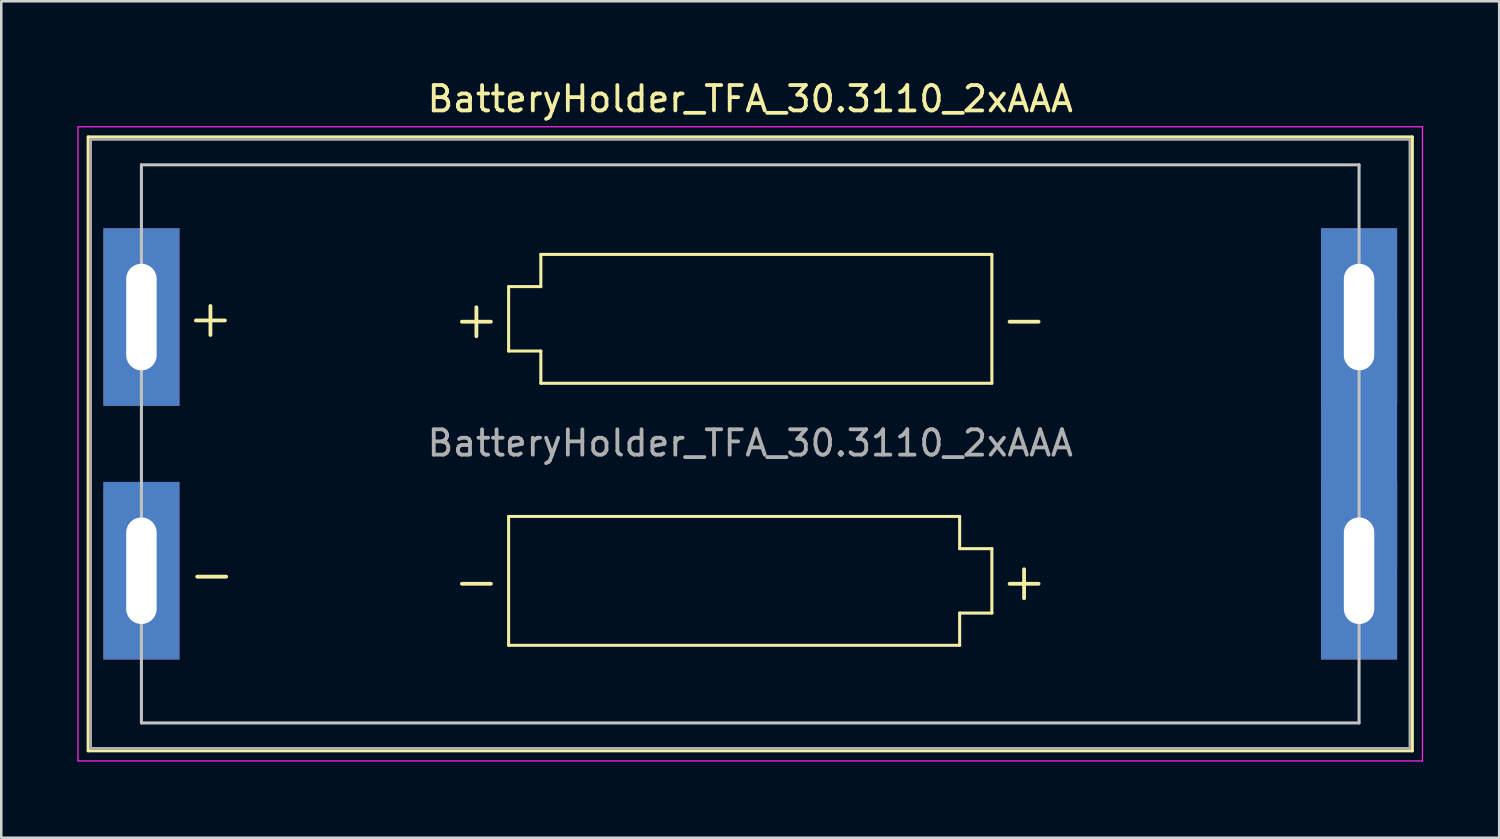
<source format=kicad_pcb>
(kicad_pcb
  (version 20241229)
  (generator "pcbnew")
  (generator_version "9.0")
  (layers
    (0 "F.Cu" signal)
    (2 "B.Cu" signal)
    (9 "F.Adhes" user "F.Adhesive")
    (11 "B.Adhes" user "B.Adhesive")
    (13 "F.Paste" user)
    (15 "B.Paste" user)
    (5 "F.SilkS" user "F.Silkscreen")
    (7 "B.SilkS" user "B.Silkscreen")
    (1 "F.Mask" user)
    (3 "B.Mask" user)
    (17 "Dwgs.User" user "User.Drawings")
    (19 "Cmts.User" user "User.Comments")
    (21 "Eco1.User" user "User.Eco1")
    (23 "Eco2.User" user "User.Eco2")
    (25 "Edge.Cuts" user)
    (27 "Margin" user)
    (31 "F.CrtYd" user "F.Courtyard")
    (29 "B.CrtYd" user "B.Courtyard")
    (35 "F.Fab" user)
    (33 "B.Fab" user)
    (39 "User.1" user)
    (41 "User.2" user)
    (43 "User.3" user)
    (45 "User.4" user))
  (footprint "BatteryHolder_TFA_30.3110_2xAAA"
    (layer "F.Cu")
    (at 2.525 9.448)
    (property "Reference" "BatteryHolder_TFA_30.3110_2xAAA" (at 24 -8.6 0) (layer "F.SilkS") (effects (font (size 1 1) (thickness 0.15))))
    (attr through_hole exclude_from_bom)
    (fp_line (start 48 0) (end 48 10) (stroke (width 3) (type solid)) (layer "B.Cu"))
    (fp_line (start -2.1 -7.1) (end 50.1 -7.1) (stroke (width 0.12) (type solid)) (layer "F.SilkS"))
    (fp_line (start -2.1 17.1) (end -2.1 -7.1) (stroke (width 0.12) (type solid)) (layer "F.SilkS"))
    (fp_line (start 14.475 -1.2) (end 15.745 -1.2) (stroke (width 0.12) (type solid)) (layer "F.SilkS"))
    (fp_line (start 14.475 1.34) (end 14.475 -1.2) (stroke (width 0.12) (type solid)) (layer "F.SilkS"))
    (fp_line (start 14.475 7.86) (end 14.475 12.94) (stroke (width 0.12) (type solid)) (layer "F.SilkS"))
    (fp_line (start 14.475 12.94) (end 32.255 12.94) (stroke (width 0.12) (type solid)) (layer "F.SilkS"))
    (fp_line (start 15.745 -2.47) (end 33.525 -2.47) (stroke (width 0.12) (type solid)) (layer "F.SilkS"))
    (fp_line (start 15.745 -1.2) (end 15.745 -2.47) (stroke (width 0.12) (type solid)) (layer "F.SilkS"))
    (fp_line (start 15.745 1.34) (end 14.475 1.34) (stroke (width 0.12) (type solid)) (layer "F.SilkS"))
    (fp_line (start 15.745 2.61) (end 15.745 1.34) (stroke (width 0.12) (type solid)) (layer "F.SilkS"))
    (fp_line (start 32.255 7.86) (end 14.475 7.86) (stroke (width 0.12) (type solid)) (layer "F.SilkS"))
    (fp_line (start 32.255 9.13) (end 32.255 7.86) (stroke (width 0.12) (type solid)) (layer "F.SilkS"))
    (fp_line (start 32.255 11.67) (end 33.525 11.67) (stroke (width 0.12) (type solid)) (layer "F.SilkS"))
    (fp_line (start 32.255 12.94) (end 32.255 11.67) (stroke (width 0.12) (type solid)) (layer "F.SilkS"))
    (fp_line (start 33.525 -2.47) (end 33.525 2.61) (stroke (width 0.12) (type solid)) (layer "F.SilkS"))
    (fp_line (start 33.525 2.61) (end 15.745 2.61) (stroke (width 0.12) (type solid)) (layer "F.SilkS"))
    (fp_line (start 33.525 9.13) (end 32.255 9.13) (stroke (width 0.12) (type solid)) (layer "F.SilkS"))
    (fp_line (start 33.525 11.67) (end 33.525 9.13) (stroke (width 0.12) (type solid)) (layer "F.SilkS"))
    (fp_line (start 50.1 -7.1) (end 50.1 17.1) (stroke (width 0.12) (type solid)) (layer "F.SilkS"))
    (fp_line (start 50.1 17.1) (end -2.1 17.1) (stroke (width 0.12) (type solid)) (layer "F.SilkS"))
    (fp_line (start 0 -6) (end 48 -6) (stroke (width 0.12) (type solid)) (layer "Dwgs.User"))
    (fp_line (start 0 16) (end 0 -6) (stroke (width 0.12) (type solid)) (layer "Dwgs.User"))
    (fp_line (start 48 -6) (end 48 16) (stroke (width 0.12) (type solid)) (layer "Dwgs.User"))
    (fp_line (start 48 16) (end 0 16) (stroke (width 0.12) (type solid)) (layer "Dwgs.User"))
    (fp_line (start -2.5 -7.5) (end 50.5 -7.5) (stroke (width 0.05) (type solid)) (layer "F.CrtYd"))
    (fp_line (start -2.5 17.5) (end -2.5 -7.5) (stroke (width 0.05) (type solid)) (layer "F.CrtYd"))
    (fp_line (start 50.5 -7.5) (end 50.5 17.5) (stroke (width 0.05) (type solid)) (layer "F.CrtYd"))
    (fp_line (start 50.5 17.5) (end -2.5 17.5) (stroke (width 0.05) (type solid)) (layer "F.CrtYd"))
    (fp_line (start -2 -7) (end 50 -7) (stroke (width 0.1) (type solid)) (layer "F.Fab"))
    (fp_line (start -2 17) (end -2 -7) (stroke (width 0.1) (type solid)) (layer "F.Fab"))
    (fp_line (start 50 -7) (end 50 17) (stroke (width 0.1) (type solid)) (layer "F.Fab"))
    (fp_line (start 50 17) (end -2 17) (stroke (width 0.1) (type solid)) (layer "F.Fab"))
    (fp_text user "+" (at 34.795 10.4 0) (layer "F.SilkS") (effects (font (size 1.5 1.5) (thickness 0.15))))
    (fp_text user "+" (at 2.72 0.02 0) (layer "F.SilkS") (effects (font (size 1.5 1.5) (thickness 0.15))))
    (fp_text user "+" (at 13.205 0.07 0) (layer "F.SilkS") (effects (font (size 1.5 1.5) (thickness 0.15))))
    (fp_text user "-" (at 2.77 10.12 0) (layer "F.SilkS") (effects (font (size 1.5 1.5) (thickness 0.15))))
    (fp_text user "-" (at 13.205 10.4 0) (layer "F.SilkS") (effects (font (size 1.5 1.5) (thickness 0.15))))
    (fp_text user "-" (at 34.795 0.07 0) (layer "F.SilkS") (effects (font (size 1.5 1.5) (thickness 0.15))))
    (fp_text user "${REFERENCE}" (at 24 4.97 0) (layer "F.Fab") (effects (font (size 1 1) (thickness 0.15))))
    (pad "1" thru_hole rect (at 0 0) (size 3 7) (drill oval 1.2 4.2) (layers "*.Cu" "*.Mask"))
    (pad "2" thru_hole rect (at 0 10) (size 3 7) (drill oval 1.2 4.2) (layers "*.Cu" "*.Mask"))
    (pad "3" thru_hole rect (at 48 10) (size 3 7) (drill oval 1.2 4.2) (layers "*.Cu" "*.Mask"))
    (pad "4" thru_hole rect (at 48 0) (size 3 7) (drill oval 1.2 4.2) (layers "*.Cu" "*.Mask")))
  (gr_rect
    (start -3 -3)
    (end 56.05 29.973)
    (stroke (width 0.1) (type default))
    (fill no)
    (layer "Edge.Cuts")))
</source>
